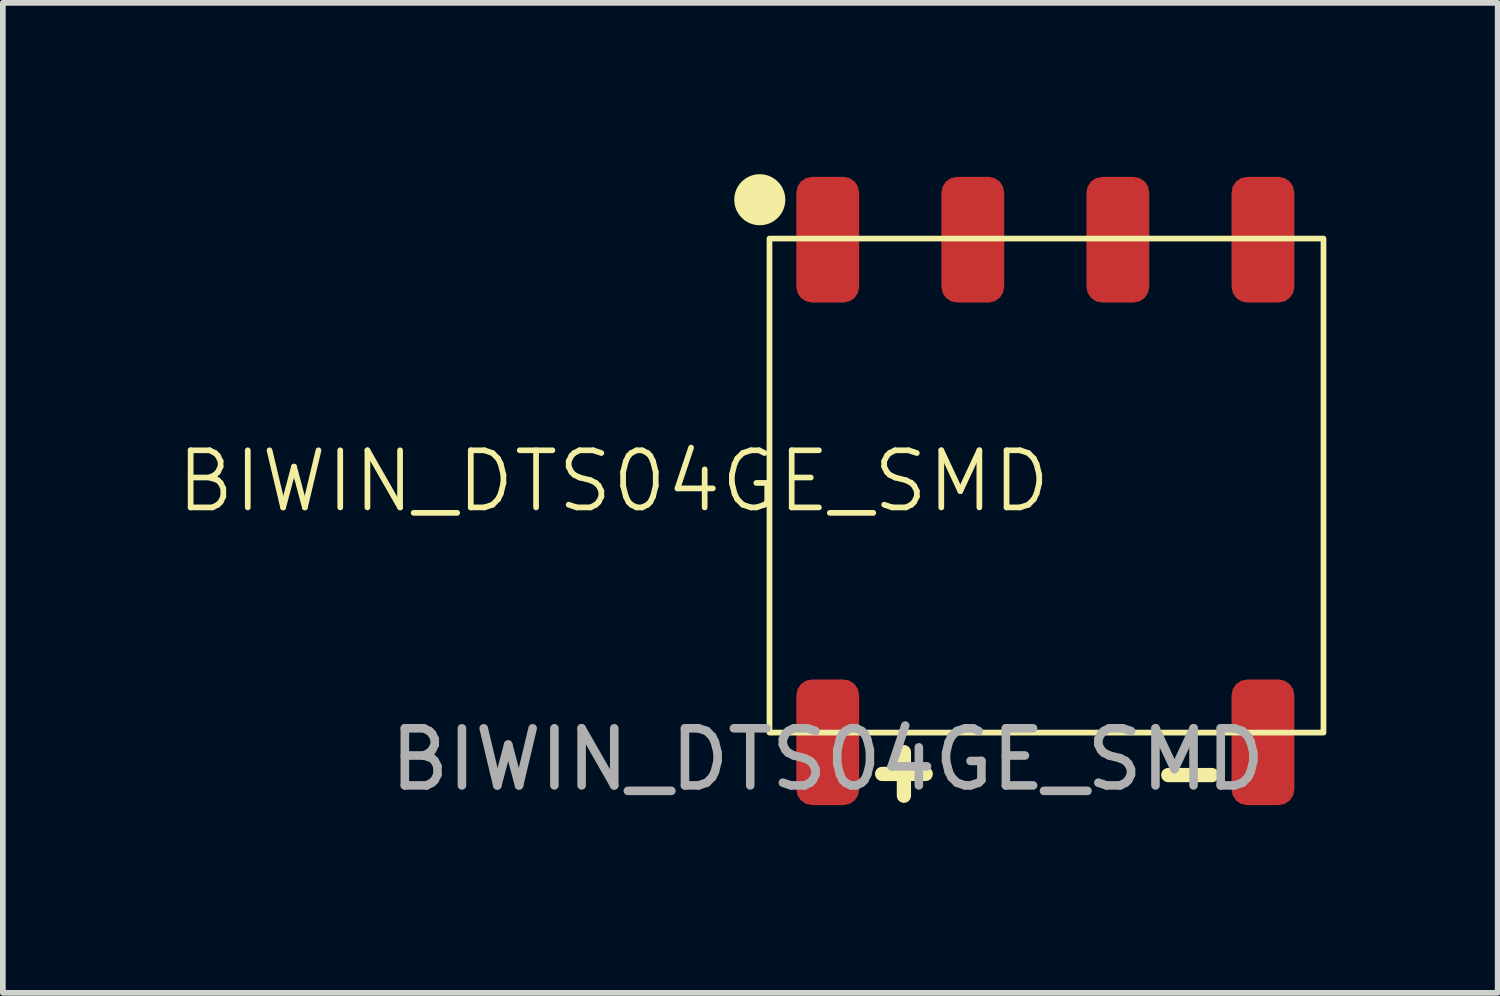
<source format=kicad_pcb>
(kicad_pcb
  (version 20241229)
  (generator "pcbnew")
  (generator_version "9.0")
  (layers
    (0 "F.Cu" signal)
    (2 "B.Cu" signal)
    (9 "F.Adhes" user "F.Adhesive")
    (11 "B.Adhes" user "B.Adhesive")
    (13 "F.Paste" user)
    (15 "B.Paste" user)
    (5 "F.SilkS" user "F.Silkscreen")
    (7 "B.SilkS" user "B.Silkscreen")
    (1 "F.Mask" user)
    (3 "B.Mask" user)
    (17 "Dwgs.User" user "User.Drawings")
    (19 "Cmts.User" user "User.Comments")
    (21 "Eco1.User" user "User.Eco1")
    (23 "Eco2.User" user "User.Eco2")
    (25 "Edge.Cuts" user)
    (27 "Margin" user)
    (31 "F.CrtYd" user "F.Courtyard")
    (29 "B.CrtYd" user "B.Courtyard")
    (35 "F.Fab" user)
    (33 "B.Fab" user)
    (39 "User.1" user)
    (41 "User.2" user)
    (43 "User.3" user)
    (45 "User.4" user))
  (footprint "BIWIN_DTS04GE_SMD"
    (layer "F.Cu")
    (at 11.443 7.747)
    (property "Reference" "BIWIN_DTS04GE_SMD" (at -3.75 -2.37 0) (unlocked yes) (layer "F.SilkS") (effects (font (size 1 1) (thickness 0.1))))
    (attr smd)
    (fp_rect (start -1.02 -6.62) (end 8.68 2.03) (stroke (width 0.1) (type default)) (fill no) (layer "F.SilkS"))
    (fp_circle (center -1.19 -7.3) (end -0.793 -7.3) (stroke (width 0.1) (type solid)) (fill yes) (layer "F.SilkS"))
    (fp_text user "-" (at 5.56 3.29 0) (unlocked yes) (layer "F.SilkS") (effects (font (size 1 1) (thickness 0.25) (bold yes)) (justify left bottom)))
    (fp_text user "+" (at 0.55 3.27 0) (unlocked yes) (layer "F.SilkS") (effects (font (size 1 1) (thickness 0.25) (bold yes)) (justify left bottom)))
    (fp_text user "${REFERENCE}" (at 0 2.5 0) (unlocked yes) (layer "F.Fab") (effects (font (size 1 1) (thickness 0.15))))
    (pad "1" smd roundrect (at 0 -6.6 180) (size 1.1 2.2) (layers "F.Cu" "F.Mask" "F.Paste") (roundrect_rratio 0.25))
    (pad "2" smd roundrect (at 2.54 -6.6 180) (size 1.1 2.2) (layers "F.Cu" "F.Mask" "F.Paste") (roundrect_rratio 0.25))
    (pad "3" smd roundrect (at 5.08 -6.6 180) (size 1.1 2.2) (layers "F.Cu" "F.Mask" "F.Paste") (roundrect_rratio 0.25))
    (pad "4" smd roundrect (at 7.62 -6.6 180) (size 1.1 2.2) (layers "F.Cu" "F.Mask" "F.Paste") (roundrect_rratio 0.25))
    (pad "5" smd roundrect (at 0 2.2 180) (size 1.1 2.2) (layers "F.Cu" "F.Mask" "F.Paste") (roundrect_rratio 0.25))
    (pad "6" smd roundrect (at 7.62 2.2 180) (size 1.1 2.2) (layers "F.Cu" "F.Mask" "F.Paste") (roundrect_rratio 0.25)))
  (gr_rect
    (start -3 -3)
    (end 23.173 14.334)
    (stroke (width 0.1) (type default))
    (fill no)
    (layer "Edge.Cuts")))
</source>
